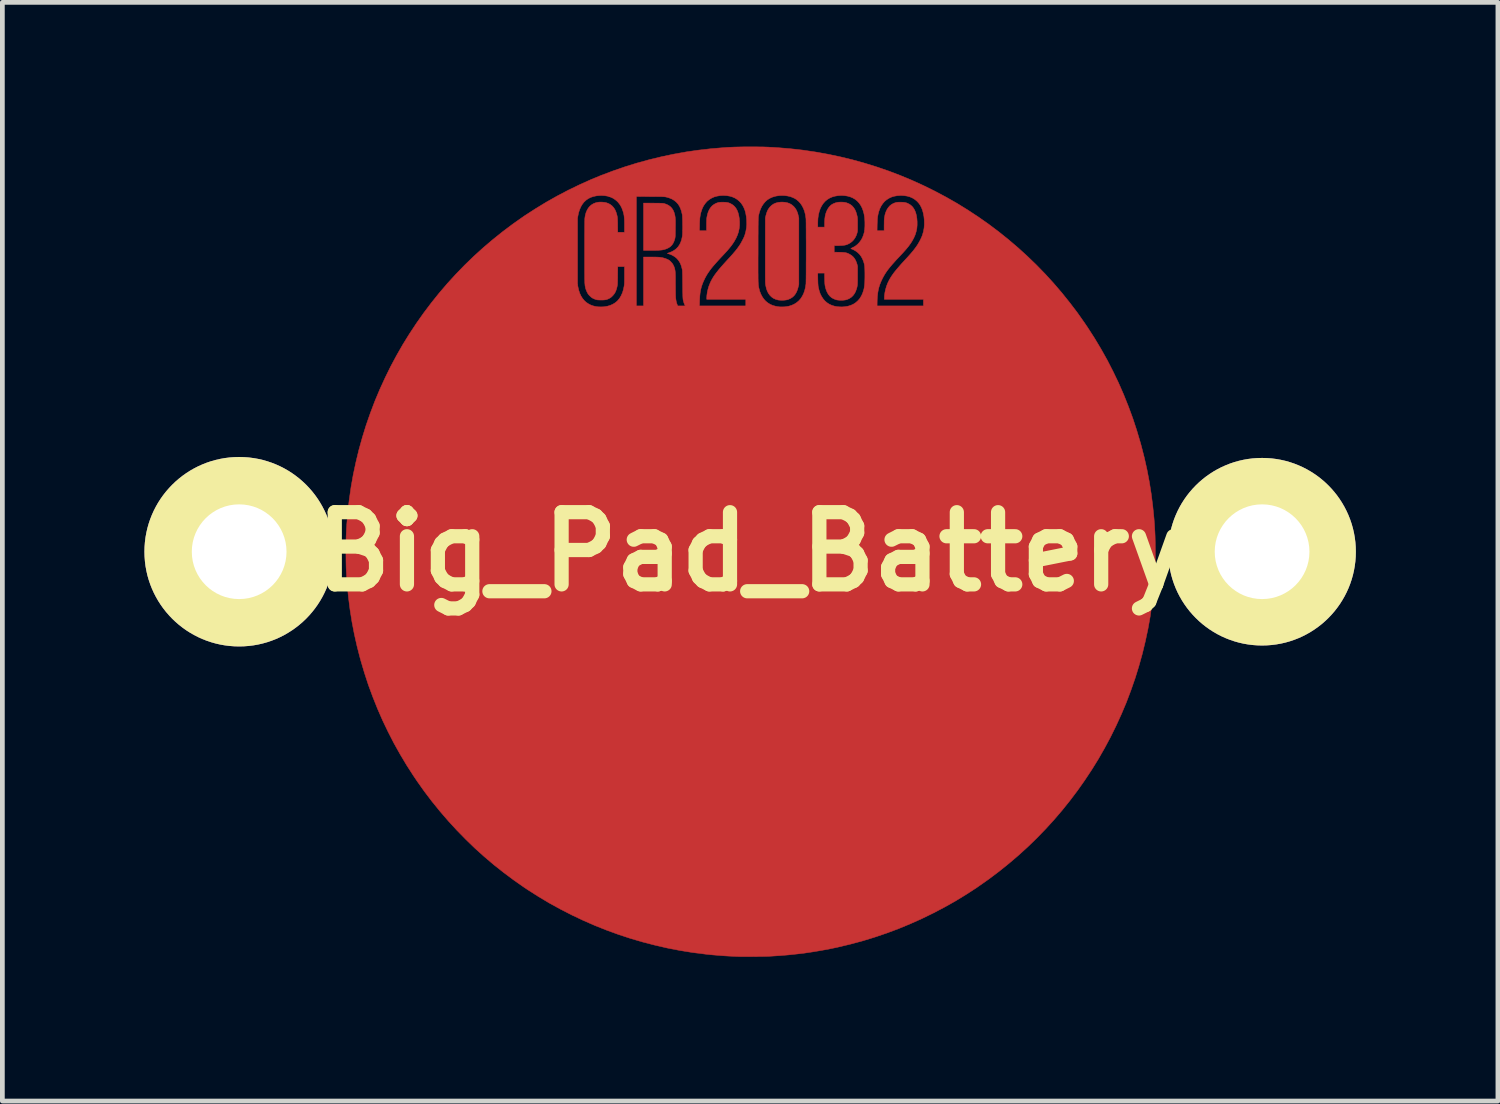
<source format=kicad_pcb>
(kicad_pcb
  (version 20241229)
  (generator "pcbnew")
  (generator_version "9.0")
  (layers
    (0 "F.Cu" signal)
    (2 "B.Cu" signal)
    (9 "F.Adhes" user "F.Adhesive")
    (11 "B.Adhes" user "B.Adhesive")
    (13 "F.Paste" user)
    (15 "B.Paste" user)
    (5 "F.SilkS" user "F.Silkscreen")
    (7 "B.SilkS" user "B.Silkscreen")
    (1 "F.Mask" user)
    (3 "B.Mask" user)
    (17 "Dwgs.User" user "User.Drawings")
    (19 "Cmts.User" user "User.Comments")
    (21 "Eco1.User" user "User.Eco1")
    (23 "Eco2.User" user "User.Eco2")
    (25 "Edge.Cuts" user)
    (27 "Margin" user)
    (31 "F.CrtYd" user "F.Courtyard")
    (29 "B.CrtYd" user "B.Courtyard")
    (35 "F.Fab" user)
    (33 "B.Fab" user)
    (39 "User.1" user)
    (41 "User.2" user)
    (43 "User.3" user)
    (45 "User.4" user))
  (footprint "Big_Pad_Battery"
    (layer "F.Cu")
    (at 12.8 8.6)
    (property "Reference" "Big_Pad_Battery" (at 0 0 0) (layer "F.SilkS") (effects (font (size 1.524 1.524) (thickness 0.3))))
    (attr through_hole)
    (fp_poly (pts (xy -2.056 -7.361) (xy -2.009 -7.36) (xy -1.97 -7.36) (xy -1.937 -7.36) (xy -1.91 -7.359) (xy -1.889 -7.359) (xy -1.872 -7.358) (xy -1.858 -7.357) (xy -1.847 -7.356) (xy -1.838 -7.355) (xy -1.83 -7.353) (xy -1.822 -7.351) (xy -1.818 -7.35) (xy -1.77 -7.333) (xy -1.728 -7.311) (xy -1.692 -7.284) (xy -1.661 -7.25) (xy -1.636 -7.211) (xy -1.616 -7.165) (xy -1.601 -7.112) (xy -1.594 -7.071) (xy -1.592 -7.058) (xy -1.591 -7.044) (xy -1.59 -7.029) (xy -1.589 -7.011) (xy -1.588 -6.989) (xy -1.588 -6.963) (xy -1.588 -6.932) (xy -1.588 -6.894) (xy -1.589 -6.85) (xy -1.589 -6.836) (xy -1.589 -6.791) (xy -1.59 -6.753) (xy -1.59 -6.722) (xy -1.591 -6.696) (xy -1.591 -6.676) (xy -1.592 -6.659) (xy -1.593 -6.646) (xy -1.595 -6.635) (xy -1.596 -6.625) (xy -1.598 -6.616) (xy -1.599 -6.612) (xy -1.615 -6.56) (xy -1.635 -6.516) (xy -1.661 -6.477) (xy -1.692 -6.445) (xy -1.73 -6.419) (xy -1.773 -6.398) (xy -1.821 -6.382) (xy -1.842 -6.377) (xy -1.862 -6.373) (xy -1.884 -6.37) (xy -1.909 -6.368) (xy -1.937 -6.366) (xy -1.969 -6.364) (xy -2.007 -6.363) (xy -2.051 -6.363) (xy -2.103 -6.363) (xy -2.261 -6.363) (xy -2.261 -7.362) (xy -2.056 -7.361)) (stroke (width 0.01) (type solid)) (fill yes) (layer "F.Cu"))
    (fp_poly (pts (xy 0.724 -7.379) (xy 0.776 -7.369) (xy 0.823 -7.352) (xy 0.866 -7.328) (xy 0.903 -7.297) (xy 0.906 -7.295) (xy 0.934 -7.263) (xy 0.958 -7.228) (xy 0.978 -7.188) (xy 0.995 -7.143) (xy 1.008 -7.091) (xy 1.008 -7.09) (xy 1.018 -7.046) (xy 1.018 -5.645) (xy 1.008 -5.602) (xy 0.992 -5.542) (xy 0.972 -5.49) (xy 0.947 -5.445) (xy 0.917 -5.406) (xy 0.882 -5.374) (xy 0.841 -5.348) (xy 0.796 -5.328) (xy 0.774 -5.321) (xy 0.749 -5.316) (xy 0.717 -5.312) (xy 0.682 -5.31) (xy 0.646 -5.31) (xy 0.612 -5.312) (xy 0.582 -5.315) (xy 0.574 -5.317) (xy 0.524 -5.332) (xy 0.479 -5.353) (xy 0.439 -5.382) (xy 0.405 -5.417) (xy 0.375 -5.458) (xy 0.351 -5.506) (xy 0.332 -5.56) (xy 0.319 -5.62) (xy 0.313 -5.658) (xy 0.313 -5.667) (xy 0.312 -5.683) (xy 0.311 -5.705) (xy 0.311 -5.734) (xy 0.311 -5.769) (xy 0.31 -5.812) (xy 0.31 -5.861) (xy 0.31 -5.918) (xy 0.31 -5.982) (xy 0.31 -6.053) (xy 0.31 -6.133) (xy 0.31 -6.221) (xy 0.31 -6.316) (xy 0.31 -6.375) (xy 0.311 -7.051) (xy 0.321 -7.093) (xy 0.335 -7.144) (xy 0.351 -7.188) (xy 0.37 -7.227) (xy 0.394 -7.262) (xy 0.414 -7.286) (xy 0.449 -7.318) (xy 0.488 -7.344) (xy 0.532 -7.363) (xy 0.582 -7.376) (xy 0.636 -7.382) (xy 0.667 -7.383) (xy 0.724 -7.379)) (stroke (width 0.01) (type solid)) (fill yes) (layer "F.Cu"))
    (fp_poly (pts (xy 0.068 -8.549) (xy 0.128 -8.549) (xy 0.183 -8.548) (xy 0.233 -8.548) (xy 0.28 -8.547) (xy 0.325 -8.545) (xy 0.369 -8.544) (xy 0.413 -8.541) (xy 0.46 -8.539) (xy 0.51 -8.536) (xy 0.564 -8.532) (xy 0.572 -8.532) (xy 0.837 -8.51) (xy 1.103 -8.48) (xy 1.367 -8.441) (xy 1.63 -8.394) (xy 1.891 -8.339) (xy 2.151 -8.276) (xy 2.409 -8.204) (xy 2.664 -8.125) (xy 2.917 -8.038) (xy 3.156 -7.947) (xy 3.404 -7.844) (xy 3.648 -7.733) (xy 3.888 -7.615) (xy 4.123 -7.49) (xy 4.355 -7.358) (xy 4.582 -7.218) (xy 4.804 -7.072) (xy 5.021 -6.92) (xy 5.234 -6.76) (xy 5.441 -6.594) (xy 5.643 -6.422) (xy 5.84 -6.243) (xy 6.031 -6.059) (xy 6.217 -5.868) (xy 6.396 -5.672) (xy 6.57 -5.469) (xy 6.737 -5.261) (xy 6.899 -5.048) (xy 7.053 -4.829) (xy 7.118 -4.733) (xy 7.264 -4.506) (xy 7.402 -4.275) (xy 7.533 -4.041) (xy 7.655 -3.803) (xy 7.771 -3.561) (xy 7.878 -3.316) (xy 7.978 -3.066) (xy 8.071 -2.814) (xy 8.155 -2.557) (xy 8.232 -2.297) (xy 8.248 -2.239) (xy 8.312 -1.99) (xy 8.369 -1.736) (xy 8.418 -1.48) (xy 8.459 -1.222) (xy 8.492 -0.963) (xy 8.518 -0.704) (xy 8.528 -0.572) (xy 8.531 -0.517) (xy 8.534 -0.466) (xy 8.537 -0.419) (xy 8.539 -0.375) (xy 8.541 -0.33) (xy 8.542 -0.286) (xy 8.543 -0.239) (xy 8.544 -0.19) (xy 8.544 -0.136) (xy 8.545 -0.076) (xy 8.545 -0.009) (xy 8.545 0) (xy 8.545 0.068) (xy 8.544 0.128) (xy 8.544 0.183) (xy 8.543 0.233) (xy 8.542 0.28) (xy 8.541 0.325) (xy 8.539 0.369) (xy 8.537 0.413) (xy 8.535 0.46) (xy 8.532 0.51) (xy 8.528 0.564) (xy 8.528 0.572) (xy 8.506 0.838) (xy 8.475 1.104) (xy 8.437 1.369) (xy 8.39 1.632) (xy 8.334 1.894) (xy 8.271 2.155) (xy 8.199 2.413) (xy 8.12 2.669) (xy 8.032 2.922) (xy 7.937 3.173) (xy 7.934 3.181) (xy 7.83 3.428) (xy 7.719 3.671) (xy 7.601 3.911) (xy 7.475 4.146) (xy 7.343 4.377) (xy 7.203 4.603) (xy 7.056 4.825) (xy 6.903 5.042) (xy 6.743 5.254) (xy 6.577 5.461) (xy 6.404 5.663) (xy 6.225 5.859) (xy 6.04 6.05) (xy 5.849 6.235) (xy 5.652 6.414) (xy 5.449 6.587) (xy 5.241 6.754) (xy 5.027 6.915) (xy 4.808 7.069) (xy 4.774 7.093) (xy 4.549 7.239) (xy 4.321 7.378) (xy 4.088 7.509) (xy 3.851 7.633) (xy 3.611 7.75) (xy 3.367 7.859) (xy 3.121 7.961) (xy 2.871 8.054) (xy 2.618 8.14) (xy 2.363 8.218) (xy 2.106 8.287) (xy 1.847 8.349) (xy 1.844 8.35) (xy 1.668 8.387) (xy 1.495 8.419) (xy 1.322 8.448) (xy 1.149 8.474) (xy 0.974 8.495) (xy 0.796 8.514) (xy 0.612 8.529) (xy 0.423 8.541) (xy 0.385 8.543) (xy 0.366 8.544) (xy 0.34 8.545) (xy 0.307 8.545) (xy 0.269 8.546) (xy 0.227 8.547) (xy 0.181 8.547) (xy 0.134 8.548) (xy 0.085 8.548) (xy 0.036 8.549) (xy -0.012 8.549) (xy -0.058 8.55) (xy -0.102 8.55) (xy -0.141 8.55) (xy -0.175 8.55) (xy -0.203 8.549) (xy -0.224 8.549) (xy -0.229 8.549) (xy -0.355 8.544) (xy -0.474 8.538) (xy -0.588 8.531) (xy -0.698 8.522) (xy -0.807 8.513) (xy -0.916 8.502) (xy -0.967 8.496) (xy -1.233 8.462) (xy -1.498 8.419) (xy -1.761 8.368) (xy -2.021 8.308) (xy -2.28 8.241) (xy -2.536 8.166) (xy -2.789 8.083) (xy -3.04 7.992) (xy -3.288 7.893) (xy -3.533 7.786) (xy -3.774 7.672) (xy -4.012 7.55) (xy -4.247 7.421) (xy -4.477 7.284) (xy -4.703 7.14) (xy -4.774 7.093) (xy -4.994 6.939) (xy -5.209 6.779) (xy -5.419 6.613) (xy -5.623 6.44) (xy -5.822 6.261) (xy -6.014 6.075) (xy -6.201 5.884) (xy -6.382 5.687) (xy -6.557 5.484) (xy -6.726 5.276) (xy -6.888 5.063) (xy -7.043 4.844) (xy -7.118 4.733) (xy -7.264 4.506) (xy -7.402 4.275) (xy -7.533 4.041) (xy -7.655 3.803) (xy -7.771 3.561) (xy -7.878 3.316) (xy -7.978 3.066) (xy -8.071 2.814) (xy -8.155 2.557) (xy -8.232 2.297) (xy -8.248 2.239) (xy -8.312 1.99) (xy -8.369 1.736) (xy -8.418 1.48) (xy -8.459 1.222) (xy -8.492 0.963) (xy -8.518 0.704) (xy -8.528 0.572) (xy -8.531 0.517) (xy -8.534 0.466) (xy -8.537 0.419) (xy -8.539 0.375) (xy -8.541 0.33) (xy -8.542 0.286) (xy -8.543 0.239) (xy -8.544 0.19) (xy -8.544 0.136) (xy -8.545 0.076) (xy -8.545 0.009) (xy -8.545 0) (xy -8.545 -0.068) (xy -8.544 -0.128) (xy -8.544 -0.183) (xy -8.543 -0.233) (xy -8.542 -0.28) (xy -8.541 -0.325) (xy -8.539 -0.369) (xy -8.537 -0.413) (xy -8.535 -0.46) (xy -8.532 -0.51) (xy -8.528 -0.564) (xy -8.528 -0.572) (xy -8.506 -0.838) (xy -8.475 -1.104) (xy -8.437 -1.369) (xy -8.39 -1.632) (xy -8.334 -1.894) (xy -8.271 -2.155) (xy -8.199 -2.413) (xy -8.12 -2.669) (xy -8.032 -2.922) (xy -7.937 -3.173) (xy -7.934 -3.181) (xy -7.83 -3.428) (xy -7.719 -3.671) (xy -7.601 -3.911) (xy -7.475 -4.146) (xy -7.343 -4.377) (xy -7.203 -4.603) (xy -7.056 -4.825) (xy -6.903 -5.042) (xy -6.743 -5.254) (xy -6.577 -5.461) (xy -6.404 -5.663) (xy -6.225 -5.859) (xy -6.04 -6.05) (xy -5.849 -6.235) (xy -5.652 -6.414) (xy -5.449 -6.587) (xy -5.241 -6.754) (xy -5.027 -6.915) (xy -4.847 -7.042) (xy -3.655 -7.042) (xy -3.655 -5.649) (xy -3.646 -5.594) (xy -3.63 -5.523) (xy -3.609 -5.459) (xy -3.582 -5.401) (xy -3.55 -5.349) (xy -3.513 -5.304) (xy -3.471 -5.265) (xy -3.422 -5.233) (xy -3.388 -5.215) (xy -3.357 -5.202) (xy -3.321 -5.19) (xy -3.283 -5.181) (xy -3.247 -5.174) (xy -3.243 -5.174) (xy -3.214 -5.171) (xy -3.181 -5.17) (xy -3.146 -5.17) (xy -3.112 -5.171) (xy -3.084 -5.174) (xy -3.022 -5.185) (xy -3.004 -5.19) (xy -2.413 -5.19) (xy -2.261 -5.19) (xy -2.261 -6.223) (xy -2.113 -6.223) (xy -2.076 -6.223) (xy -2.04 -6.222) (xy -2.006 -6.222) (xy -1.975 -6.221) (xy -1.949 -6.22) (xy -1.93 -6.219) (xy -1.921 -6.218) (xy -1.86 -6.209) (xy -1.804 -6.193) (xy -1.757 -6.174) (xy -1.737 -6.164) (xy -1.72 -6.154) (xy -1.705 -6.142) (xy -1.688 -6.126) (xy -1.683 -6.12) (xy -1.654 -6.088) (xy -1.633 -6.054) (xy -1.616 -6.017) (xy -1.609 -5.997) (xy -1.604 -5.982) (xy -1.601 -5.967) (xy -1.598 -5.952) (xy -1.595 -5.936) (xy -1.593 -5.919) (xy -1.591 -5.898) (xy -1.59 -5.874) (xy -1.589 -5.845) (xy -1.588 -5.812) (xy -1.588 -5.772) (xy -1.588 -5.726) (xy -1.588 -5.672) (xy -1.588 -5.656) (xy -1.587 -5.61) (xy -1.587 -5.565) (xy -1.587 -5.522) (xy -1.586 -5.482) (xy -1.586 -5.446) (xy -1.585 -5.415) (xy -1.584 -5.39) (xy -1.583 -5.372) (xy -1.583 -5.368) (xy -1.578 -5.326) (xy -1.571 -5.286) (xy -1.562 -5.251) (xy -1.552 -5.222) (xy -1.548 -5.212) (xy -1.537 -5.19) (xy -1.38 -5.19) (xy -1.081 -5.19) (xy -0.102 -5.19) (xy -0.102 -5.33) (xy -0.927 -5.33) (xy -0.927 -5.353) (xy -0.924 -5.412) (xy -0.915 -5.476) (xy -0.901 -5.54) (xy -0.882 -5.605) (xy -0.858 -5.666) (xy -0.848 -5.69) (xy -0.829 -5.728) (xy -0.808 -5.766) (xy -0.785 -5.804) (xy -0.758 -5.844) (xy -0.728 -5.885) (xy -0.694 -5.928) (xy -0.656 -5.975) (xy -0.638 -5.996) (xy 0.157 -5.996) (xy 0.157 -5.94) (xy 0.157 -5.89) (xy 0.158 -5.846) (xy 0.158 -5.806) (xy 0.158 -5.772) (xy 0.159 -5.741) (xy 0.159 -5.715) (xy 0.16 -5.692) (xy 0.161 -5.672) (xy 0.162 -5.654) (xy 0.163 -5.639) (xy 0.165 -5.625) (xy 0.166 -5.613) (xy 0.168 -5.601) (xy 0.17 -5.59) (xy 0.172 -5.579) (xy 0.174 -5.571) (xy 0.191 -5.504) (xy 0.215 -5.442) (xy 0.244 -5.386) (xy 0.278 -5.336) (xy 0.318 -5.292) (xy 0.363 -5.255) (xy 0.413 -5.224) (xy 0.468 -5.2) (xy 0.527 -5.184) (xy 0.559 -5.178) (xy 0.576 -5.175) (xy 0.591 -5.173) (xy 0.601 -5.172) (xy 0.601 -5.172) (xy 0.616 -5.17) (xy 0.637 -5.17) (xy 0.662 -5.17) (xy 0.688 -5.17) (xy 0.713 -5.171) (xy 0.735 -5.173) (xy 0.743 -5.174) (xy 0.808 -5.185) (xy 0.868 -5.204) (xy 0.923 -5.229) (xy 0.973 -5.261) (xy 1.018 -5.299) (xy 1.057 -5.343) (xy 1.09 -5.394) (xy 1.119 -5.451) (xy 1.141 -5.514) (xy 1.158 -5.583) (xy 1.168 -5.652) (xy 1.169 -5.662) (xy 1.169 -5.68) (xy 1.17 -5.705) (xy 1.17 -5.737) (xy 1.171 -5.775) (xy 1.171 -5.819) (xy 1.172 -5.867) (xy 1.172 -5.884) (xy 1.417 -5.884) (xy 1.419 -5.758) (xy 1.42 -5.719) (xy 1.421 -5.686) (xy 1.422 -5.66) (xy 1.424 -5.638) (xy 1.425 -5.619) (xy 1.427 -5.602) (xy 1.43 -5.586) (xy 1.43 -5.585) (xy 1.447 -5.515) (xy 1.468 -5.451) (xy 1.496 -5.394) (xy 1.529 -5.343) (xy 1.567 -5.298) (xy 1.61 -5.26) (xy 1.659 -5.228) (xy 1.713 -5.203) (xy 1.768 -5.186) (xy 1.818 -5.176) (xy 1.872 -5.171) (xy 1.928 -5.169) (xy 1.983 -5.173) (xy 1.992 -5.174) (xy 2.057 -5.185) (xy 2.073 -5.19) (xy 2.67 -5.19) (xy 3.649 -5.19) (xy 3.649 -5.33) (xy 2.824 -5.33) (xy 2.824 -5.353) (xy 2.827 -5.412) (xy 2.836 -5.476) (xy 2.85 -5.54) (xy 2.869 -5.605) (xy 2.892 -5.666) (xy 2.903 -5.69) (xy 2.922 -5.728) (xy 2.943 -5.766) (xy 2.966 -5.804) (xy 2.993 -5.844) (xy 3.022 -5.885) (xy 3.056 -5.928) (xy 3.095 -5.975) (xy 3.138 -6.025) (xy 3.186 -6.08) (xy 3.234 -6.132) (xy 3.278 -6.18) (xy 3.317 -6.222) (xy 3.351 -6.26) (xy 3.381 -6.294) (xy 3.407 -6.325) (xy 3.431 -6.353) (xy 3.452 -6.38) (xy 3.471 -6.405) (xy 3.49 -6.431) (xy 3.508 -6.456) (xy 3.517 -6.469) (xy 3.539 -6.505) (xy 3.562 -6.545) (xy 3.584 -6.586) (xy 3.603 -6.626) (xy 3.619 -6.663) (xy 3.627 -6.685) (xy 3.649 -6.76) (xy 3.663 -6.838) (xy 3.669 -6.919) (xy 3.667 -7.002) (xy 3.667 -7.006) (xy 3.659 -7.081) (xy 3.646 -7.149) (xy 3.629 -7.211) (xy 3.608 -7.266) (xy 3.581 -7.317) (xy 3.549 -7.362) (xy 3.514 -7.4) (xy 3.47 -7.437) (xy 3.42 -7.468) (xy 3.366 -7.492) (xy 3.307 -7.509) (xy 3.242 -7.519) (xy 3.173 -7.523) (xy 3.173 -7.523) (xy 3.104 -7.519) (xy 3.039 -7.508) (xy 2.979 -7.491) (xy 2.925 -7.466) (xy 2.875 -7.435) (xy 2.83 -7.398) (xy 2.791 -7.353) (xy 2.757 -7.303) (xy 2.729 -7.246) (xy 2.706 -7.182) (xy 2.699 -7.155) (xy 2.692 -7.126) (xy 2.687 -7.099) (xy 2.682 -7.072) (xy 2.679 -7.044) (xy 2.676 -7.012) (xy 2.675 -6.976) (xy 2.673 -6.933) (xy 2.672 -6.901) (xy 2.67 -6.778) (xy 2.819 -6.778) (xy 2.819 -6.894) (xy 2.82 -6.939) (xy 2.82 -6.976) (xy 2.821 -7.006) (xy 2.823 -7.031) (xy 2.825 -7.052) (xy 2.826 -7.056) (xy 2.838 -7.119) (xy 2.856 -7.175) (xy 2.879 -7.225) (xy 2.907 -7.268) (xy 2.94 -7.305) (xy 2.978 -7.334) (xy 3.022 -7.358) (xy 3.066 -7.373) (xy 3.079 -7.376) (xy 3.096 -7.378) (xy 3.116 -7.38) (xy 3.142 -7.381) (xy 3.162 -7.381) (xy 3.201 -7.38) (xy 3.233 -7.378) (xy 3.26 -7.374) (xy 3.285 -7.368) (xy 3.31 -7.359) (xy 3.336 -7.346) (xy 3.376 -7.322) (xy 3.411 -7.291) (xy 3.441 -7.253) (xy 3.466 -7.209) (xy 3.486 -7.158) (xy 3.501 -7.1) (xy 3.511 -7.035) (xy 3.516 -6.971) (xy 3.516 -6.897) (xy 3.51 -6.826) (xy 3.495 -6.757) (xy 3.474 -6.69) (xy 3.445 -6.624) (xy 3.408 -6.557) (xy 3.388 -6.526) (xy 3.37 -6.499) (xy 3.352 -6.474) (xy 3.332 -6.447) (xy 3.31 -6.42) (xy 3.286 -6.391) (xy 3.258 -6.359) (xy 3.227 -6.324) (xy 3.191 -6.285) (xy 3.15 -6.241) (xy 3.131 -6.221) (xy 3.077 -6.164) (xy 3.03 -6.111) (xy 2.987 -6.063) (xy 2.95 -6.019) (xy 2.916 -5.977) (xy 2.886 -5.938) (xy 2.859 -5.899) (xy 2.835 -5.862) (xy 2.813 -5.824) (xy 2.792 -5.786) (xy 2.78 -5.762) (xy 2.752 -5.702) (xy 2.729 -5.644) (xy 2.71 -5.586) (xy 2.696 -5.527) (xy 2.685 -5.465) (xy 2.678 -5.399) (xy 2.673 -5.327) (xy 2.672 -5.295) (xy 2.67 -5.19) (xy 2.073 -5.19) (xy 2.116 -5.203) (xy 2.171 -5.228) (xy 2.22 -5.26) (xy 2.263 -5.298) (xy 2.302 -5.342) (xy 2.334 -5.393) (xy 2.362 -5.45) (xy 2.383 -5.513) (xy 2.39 -5.537) (xy 2.396 -5.563) (xy 2.4 -5.589) (xy 2.404 -5.615) (xy 2.407 -5.644) (xy 2.41 -5.675) (xy 2.411 -5.71) (xy 2.412 -5.751) (xy 2.413 -5.799) (xy 2.413 -5.839) (xy 2.413 -5.889) (xy 2.412 -5.931) (xy 2.411 -5.967) (xy 2.41 -5.998) (xy 2.408 -6.024) (xy 2.405 -6.048) (xy 2.401 -6.069) (xy 2.396 -6.09) (xy 2.39 -6.11) (xy 2.387 -6.121) (xy 2.364 -6.18) (xy 2.336 -6.232) (xy 2.302 -6.278) (xy 2.261 -6.318) (xy 2.215 -6.352) (xy 2.163 -6.381) (xy 2.119 -6.398) (xy 2.117 -6.4) (xy 2.119 -6.404) (xy 2.128 -6.409) (xy 2.143 -6.417) (xy 2.149 -6.42) (xy 2.169 -6.43) (xy 2.19 -6.441) (xy 2.208 -6.452) (xy 2.213 -6.455) (xy 2.258 -6.491) (xy 2.298 -6.533) (xy 2.333 -6.58) (xy 2.362 -6.633) (xy 2.384 -6.691) (xy 2.401 -6.751) (xy 2.406 -6.782) (xy 2.409 -6.809) (xy 2.411 -6.842) (xy 2.413 -6.879) (xy 2.413 -6.918) (xy 2.413 -6.959) (xy 2.411 -6.997) (xy 2.409 -7.032) (xy 2.407 -7.057) (xy 2.395 -7.131) (xy 2.377 -7.198) (xy 2.354 -7.26) (xy 2.325 -7.315) (xy 2.29 -7.364) (xy 2.25 -7.407) (xy 2.205 -7.443) (xy 2.155 -7.472) (xy 2.099 -7.495) (xy 2.039 -7.511) (xy 1.974 -7.52) (xy 1.916 -7.523) (xy 1.846 -7.519) (xy 1.781 -7.508) (xy 1.722 -7.491) (xy 1.667 -7.467) (xy 1.617 -7.436) (xy 1.573 -7.399) (xy 1.534 -7.355) (xy 1.501 -7.305) (xy 1.472 -7.249) (xy 1.45 -7.186) (xy 1.433 -7.118) (xy 1.423 -7.048) (xy 1.421 -7.029) (xy 1.42 -7.005) (xy 1.419 -6.977) (xy 1.418 -6.948) (xy 1.418 -6.93) (xy 1.418 -6.854) (xy 1.562 -6.854) (xy 1.562 -6.924) (xy 1.563 -6.984) (xy 1.567 -7.038) (xy 1.574 -7.086) (xy 1.584 -7.13) (xy 1.597 -7.17) (xy 1.614 -7.209) (xy 1.615 -7.211) (xy 1.64 -7.255) (xy 1.669 -7.292) (xy 1.703 -7.323) (xy 1.743 -7.347) (xy 1.787 -7.365) (xy 1.833 -7.377) (xy 1.862 -7.381) (xy 1.895 -7.382) (xy 1.93 -7.382) (xy 1.966 -7.38) (xy 1.998 -7.375) (xy 2.019 -7.37) (xy 2.066 -7.353) (xy 2.107 -7.331) (xy 2.143 -7.303) (xy 2.174 -7.268) (xy 2.201 -7.227) (xy 2.223 -7.179) (xy 2.24 -7.124) (xy 2.251 -7.08) (xy 2.253 -7.068) (xy 2.255 -7.055) (xy 2.256 -7.04) (xy 2.257 -7.022) (xy 2.258 -7.001) (xy 2.258 -6.973) (xy 2.258 -6.94) (xy 2.258 -6.907) (xy 2.258 -6.869) (xy 2.258 -6.838) (xy 2.258 -6.814) (xy 2.258 -6.795) (xy 2.257 -6.78) (xy 2.256 -6.767) (xy 2.254 -6.756) (xy 2.252 -6.746) (xy 2.249 -6.735) (xy 2.249 -6.733) (xy 2.231 -6.679) (xy 2.206 -6.63) (xy 2.176 -6.586) (xy 2.14 -6.549) (xy 2.099 -6.518) (xy 2.052 -6.493) (xy 2.044 -6.49) (xy 2.02 -6.481) (xy 1.995 -6.475) (xy 1.968 -6.47) (xy 1.938 -6.467) (xy 1.902 -6.465) (xy 1.859 -6.464) (xy 1.852 -6.464) (xy 1.765 -6.464) (xy 1.765 -6.325) (xy 1.872 -6.324) (xy 1.912 -6.323) (xy 1.946 -6.321) (xy 1.973 -6.319) (xy 1.997 -6.316) (xy 2.017 -6.312) (xy 2.037 -6.306) (xy 2.056 -6.298) (xy 2.077 -6.289) (xy 2.085 -6.284) (xy 2.127 -6.26) (xy 2.162 -6.23) (xy 2.192 -6.194) (xy 2.217 -6.152) (xy 2.237 -6.104) (xy 2.247 -6.072) (xy 2.258 -6.03) (xy 2.258 -5.84) (xy 2.258 -5.791) (xy 2.258 -5.75) (xy 2.258 -5.715) (xy 2.257 -5.686) (xy 2.256 -5.661) (xy 2.255 -5.64) (xy 2.253 -5.622) (xy 2.25 -5.605) (xy 2.247 -5.589) (xy 2.243 -5.573) (xy 2.238 -5.555) (xy 2.235 -5.545) (xy 2.216 -5.493) (xy 2.191 -5.447) (xy 2.161 -5.407) (xy 2.126 -5.374) (xy 2.085 -5.347) (xy 2.04 -5.327) (xy 1.999 -5.316) (xy 1.968 -5.312) (xy 1.932 -5.309) (xy 1.895 -5.309) (xy 1.858 -5.312) (xy 1.825 -5.316) (xy 1.804 -5.321) (xy 1.757 -5.339) (xy 1.714 -5.362) (xy 1.677 -5.393) (xy 1.646 -5.429) (xy 1.619 -5.473) (xy 1.597 -5.523) (xy 1.58 -5.58) (xy 1.572 -5.616) (xy 1.57 -5.634) (xy 1.567 -5.656) (xy 1.566 -5.685) (xy 1.564 -5.721) (xy 1.563 -5.764) (xy 1.563 -5.769) (xy 1.561 -5.884) (xy 1.417 -5.884) (xy 1.172 -5.884) (xy 1.172 -5.92) (xy 1.172 -5.977) (xy 1.172 -6.038) (xy 1.172 -6.1) (xy 1.173 -6.165) (xy 1.173 -6.232) (xy 1.173 -6.299) (xy 1.173 -6.367) (xy 1.173 -6.435) (xy 1.173 -6.502) (xy 1.173 -6.568) (xy 1.172 -6.631) (xy 1.172 -6.693) (xy 1.172 -6.751) (xy 1.172 -6.805) (xy 1.171 -6.856) (xy 1.171 -6.901) (xy 1.171 -6.941) (xy 1.17 -6.975) (xy 1.17 -7.003) (xy 1.169 -7.024) (xy 1.168 -7.036) (xy 1.168 -7.039) (xy 1.157 -7.114) (xy 1.14 -7.184) (xy 1.117 -7.246) (xy 1.088 -7.303) (xy 1.054 -7.354) (xy 1.014 -7.398) (xy 0.969 -7.436) (xy 0.936 -7.457) (xy 0.889 -7.48) (xy 0.837 -7.499) (xy 0.78 -7.512) (xy 0.721 -7.52) (xy 0.66 -7.522) (xy 0.598 -7.519) (xy 0.538 -7.51) (xy 0.517 -7.505) (xy 0.458 -7.487) (xy 0.403 -7.462) (xy 0.354 -7.431) (xy 0.31 -7.392) (xy 0.272 -7.347) (xy 0.238 -7.296) (xy 0.21 -7.238) (xy 0.187 -7.174) (xy 0.169 -7.103) (xy 0.168 -7.098) (xy 0.167 -7.092) (xy 0.166 -7.085) (xy 0.165 -7.079) (xy 0.164 -7.072) (xy 0.163 -7.063) (xy 0.163 -7.054) (xy 0.162 -7.042) (xy 0.162 -7.028) (xy 0.161 -7.011) (xy 0.161 -6.991) (xy 0.16 -6.967) (xy 0.16 -6.939) (xy 0.16 -6.907) (xy 0.159 -6.87) (xy 0.159 -6.827) (xy 0.159 -6.779) (xy 0.159 -6.725) (xy 0.158 -6.664) (xy 0.158 -6.597) (xy 0.158 -6.522) (xy 0.158 -6.439) (xy 0.158 -6.38) (xy 0.158 -6.288) (xy 0.157 -6.204) (xy 0.157 -6.127) (xy 0.157 -6.058) (xy 0.157 -5.996) (xy -0.638 -5.996) (xy -0.613 -6.025) (xy -0.564 -6.08) (xy -0.517 -6.132) (xy -0.473 -6.18) (xy -0.434 -6.222) (xy -0.4 -6.26) (xy -0.37 -6.294) (xy -0.344 -6.325) (xy -0.32 -6.353) (xy -0.299 -6.38) (xy -0.279 -6.405) (xy -0.261 -6.431) (xy -0.243 -6.456) (xy -0.234 -6.469) (xy -0.211 -6.505) (xy -0.189 -6.545) (xy -0.167 -6.586) (xy -0.147 -6.626) (xy -0.131 -6.663) (xy -0.123 -6.685) (xy -0.102 -6.76) (xy -0.088 -6.838) (xy -0.082 -6.919) (xy -0.084 -7.002) (xy -0.084 -7.006) (xy -0.092 -7.081) (xy -0.104 -7.149) (xy -0.121 -7.211) (xy -0.143 -7.266) (xy -0.17 -7.317) (xy -0.202 -7.362) (xy -0.237 -7.4) (xy -0.281 -7.437) (xy -0.33 -7.468) (xy -0.385 -7.492) (xy -0.444 -7.509) (xy -0.508 -7.519) (xy -0.577 -7.523) (xy -0.578 -7.523) (xy -0.647 -7.519) (xy -0.712 -7.508) (xy -0.771 -7.491) (xy -0.826 -7.466) (xy -0.876 -7.435) (xy -0.921 -7.398) (xy -0.96 -7.353) (xy -0.994 -7.303) (xy -1.022 -7.246) (xy -1.044 -7.182) (xy -1.052 -7.155) (xy -1.059 -7.126) (xy -1.064 -7.099) (xy -1.068 -7.072) (xy -1.072 -7.044) (xy -1.074 -7.012) (xy -1.076 -6.976) (xy -1.078 -6.933) (xy -1.078 -6.901) (xy -1.081 -6.778) (xy -0.931 -6.778) (xy -0.931 -6.894) (xy -0.931 -6.939) (xy -0.93 -6.976) (xy -0.929 -7.006) (xy -0.928 -7.031) (xy -0.925 -7.052) (xy -0.925 -7.056) (xy -0.912 -7.119) (xy -0.895 -7.175) (xy -0.872 -7.225) (xy -0.844 -7.268) (xy -0.811 -7.305) (xy -0.772 -7.334) (xy -0.729 -7.358) (xy -0.685 -7.373) (xy -0.671 -7.376) (xy -0.655 -7.378) (xy -0.635 -7.38) (xy -0.609 -7.381) (xy -0.588 -7.381) (xy -0.55 -7.38) (xy -0.518 -7.378) (xy -0.491 -7.374) (xy -0.466 -7.368) (xy -0.441 -7.359) (xy -0.415 -7.346) (xy -0.375 -7.322) (xy -0.34 -7.291) (xy -0.31 -7.253) (xy -0.285 -7.209) (xy -0.265 -7.158) (xy -0.25 -7.1) (xy -0.239 -7.035) (xy -0.234 -6.971) (xy -0.234 -6.897) (xy -0.241 -6.826) (xy -0.255 -6.757) (xy -0.277 -6.69) (xy -0.306 -6.624) (xy -0.343 -6.557) (xy -0.363 -6.526) (xy -0.381 -6.499) (xy -0.399 -6.474) (xy -0.419 -6.447) (xy -0.441 -6.42) (xy -0.465 -6.391) (xy -0.492 -6.359) (xy -0.524 -6.324) (xy -0.56 -6.285) (xy -0.601 -6.241) (xy -0.62 -6.221) (xy -0.673 -6.164) (xy -0.721 -6.111) (xy -0.763 -6.063) (xy -0.801 -6.019) (xy -0.835 -5.977) (xy -0.864 -5.938) (xy -0.891 -5.899) (xy -0.916 -5.862) (xy -0.938 -5.824) (xy -0.959 -5.786) (xy -0.971 -5.762) (xy -0.999 -5.702) (xy -1.022 -5.644) (xy -1.041 -5.586) (xy -1.055 -5.527) (xy -1.066 -5.465) (xy -1.073 -5.399) (xy -1.077 -5.327) (xy -1.078 -5.295) (xy -1.081 -5.19) (xy -1.38 -5.19) (xy -1.39 -5.211) (xy -1.407 -5.251) (xy -1.421 -5.299) (xy -1.425 -5.32) (xy -1.427 -5.328) (xy -1.428 -5.339) (xy -1.429 -5.351) (xy -1.43 -5.366) (xy -1.431 -5.384) (xy -1.432 -5.407) (xy -1.432 -5.434) (xy -1.433 -5.467) (xy -1.434 -5.506) (xy -1.434 -5.551) (xy -1.435 -5.604) (xy -1.435 -5.645) (xy -1.436 -5.702) (xy -1.436 -5.751) (xy -1.437 -5.793) (xy -1.437 -5.828) (xy -1.438 -5.858) (xy -1.439 -5.883) (xy -1.439 -5.903) (xy -1.44 -5.919) (xy -1.441 -5.933) (xy -1.442 -5.944) (xy -1.443 -5.954) (xy -1.445 -5.962) (xy -1.446 -5.97) (xy -1.447 -5.972) (xy -1.461 -6.027) (xy -1.478 -6.074) (xy -1.499 -6.116) (xy -1.524 -6.153) (xy -1.553 -6.187) (xy -1.556 -6.191) (xy -1.592 -6.222) (xy -1.634 -6.249) (xy -1.678 -6.272) (xy -1.723 -6.288) (xy -1.725 -6.289) (xy -1.74 -6.293) (xy -1.751 -6.296) (xy -1.757 -6.298) (xy -1.756 -6.3) (xy -1.748 -6.304) (xy -1.735 -6.309) (xy -1.72 -6.314) (xy -1.664 -6.336) (xy -1.614 -6.364) (xy -1.571 -6.397) (xy -1.534 -6.435) (xy -1.503 -6.479) (xy -1.478 -6.529) (xy -1.458 -6.586) (xy -1.445 -6.648) (xy -1.441 -6.673) (xy -1.439 -6.693) (xy -1.438 -6.719) (xy -1.437 -6.751) (xy -1.436 -6.787) (xy -1.435 -6.827) (xy -1.435 -6.868) (xy -1.436 -6.911) (xy -1.436 -6.952) (xy -1.437 -6.992) (xy -1.438 -7.03) (xy -1.44 -7.063) (xy -1.441 -7.091) (xy -1.443 -7.113) (xy -1.445 -7.123) (xy -1.46 -7.188) (xy -1.48 -7.247) (xy -1.505 -7.3) (xy -1.536 -7.346) (xy -1.572 -7.385) (xy -1.614 -7.419) (xy -1.663 -7.448) (xy -1.717 -7.47) (xy -1.778 -7.488) (xy -1.796 -7.492) (xy -1.804 -7.493) (xy -1.814 -7.494) (xy -1.825 -7.495) (xy -1.839 -7.496) (xy -1.857 -7.497) (xy -1.879 -7.498) (xy -1.905 -7.498) (xy -1.936 -7.499) (xy -1.974 -7.499) (xy -2.018 -7.5) (xy -2.069 -7.5) (xy -2.122 -7.5) (xy -2.413 -7.502) (xy -2.413 -5.19) (xy -3.004 -5.19) (xy -2.964 -5.202) (xy -2.91 -5.226) (xy -2.862 -5.255) (xy -2.819 -5.29) (xy -2.803 -5.307) (xy -2.765 -5.354) (xy -2.734 -5.407) (xy -2.707 -5.467) (xy -2.687 -5.532) (xy -2.672 -5.604) (xy -2.667 -5.639) (xy -2.666 -5.651) (xy -2.665 -5.67) (xy -2.664 -5.696) (xy -2.664 -5.727) (xy -2.663 -5.761) (xy -2.663 -5.799) (xy -2.663 -5.838) (xy -2.663 -5.847) (xy -2.663 -6.02) (xy -2.806 -6.02) (xy -2.808 -5.83) (xy -2.808 -5.785) (xy -2.809 -5.747) (xy -2.809 -5.715) (xy -2.81 -5.69) (xy -2.811 -5.669) (xy -2.811 -5.652) (xy -2.813 -5.638) (xy -2.814 -5.627) (xy -2.816 -5.616) (xy -2.818 -5.606) (xy -2.819 -5.599) (xy -2.831 -5.552) (xy -2.844 -5.512) (xy -2.86 -5.477) (xy -2.879 -5.446) (xy -2.901 -5.418) (xy -2.917 -5.401) (xy -2.935 -5.383) (xy -2.951 -5.37) (xy -2.967 -5.359) (xy -2.985 -5.349) (xy -2.989 -5.347) (xy -3.012 -5.336) (xy -3.033 -5.328) (xy -3.053 -5.322) (xy -3.074 -5.319) (xy -3.098 -5.316) (xy -3.126 -5.315) (xy -3.156 -5.315) (xy -3.185 -5.315) (xy -3.207 -5.316) (xy -3.224 -5.317) (xy -3.238 -5.318) (xy -3.25 -5.321) (xy -3.263 -5.324) (xy -3.266 -5.325) (xy -3.303 -5.338) (xy -3.336 -5.354) (xy -3.366 -5.374) (xy -3.395 -5.402) (xy -3.396 -5.402) (xy -3.413 -5.42) (xy -3.426 -5.435) (xy -3.436 -5.45) (xy -3.446 -5.467) (xy -3.454 -5.483) (xy -3.464 -5.505) (xy -3.473 -5.528) (xy -3.481 -5.549) (xy -3.484 -5.56) (xy -3.487 -5.571) (xy -3.489 -5.581) (xy -3.491 -5.59) (xy -3.493 -5.6) (xy -3.495 -5.611) (xy -3.497 -5.622) (xy -3.498 -5.635) (xy -3.499 -5.651) (xy -3.501 -5.668) (xy -3.502 -5.688) (xy -3.502 -5.712) (xy -3.503 -5.739) (xy -3.504 -5.77) (xy -3.504 -5.806) (xy -3.504 -5.847) (xy -3.505 -5.893) (xy -3.505 -5.945) (xy -3.505 -6.002) (xy -3.505 -6.067) (xy -3.505 -6.139) (xy -3.505 -6.218) (xy -3.505 -6.304) (xy -3.505 -6.344) (xy -3.505 -6.44) (xy -3.505 -6.531) (xy -3.505 -6.614) (xy -3.505 -6.691) (xy -3.504 -6.76) (xy -3.504 -6.823) (xy -3.504 -6.878) (xy -3.503 -6.925) (xy -3.503 -6.965) (xy -3.502 -6.997) (xy -3.502 -7.021) (xy -3.501 -7.036) (xy -3.501 -7.042) (xy -3.491 -7.105) (xy -3.475 -7.162) (xy -3.453 -7.213) (xy -3.427 -7.257) (xy -3.395 -7.295) (xy -3.358 -7.326) (xy -3.316 -7.351) (xy -3.269 -7.369) (xy -3.225 -7.379) (xy -3.198 -7.382) (xy -3.167 -7.383) (xy -3.133 -7.382) (xy -3.101 -7.379) (xy -3.071 -7.375) (xy -3.049 -7.37) (xy -3.002 -7.353) (xy -2.96 -7.33) (xy -2.924 -7.301) (xy -2.892 -7.266) (xy -2.865 -7.224) (xy -2.843 -7.175) (xy -2.826 -7.12) (xy -2.819 -7.092) (xy -2.817 -7.081) (xy -2.815 -7.069) (xy -2.813 -7.056) (xy -2.812 -7.041) (xy -2.811 -7.024) (xy -2.81 -7.002) (xy -2.809 -6.975) (xy -2.808 -6.941) (xy -2.808 -6.901) (xy -2.808 -6.897) (xy -2.806 -6.744) (xy -2.663 -6.744) (xy -2.663 -6.88) (xy -2.663 -6.933) (xy -2.664 -6.978) (xy -2.665 -7.017) (xy -2.668 -7.051) (xy -2.671 -7.082) (xy -2.675 -7.111) (xy -2.681 -7.138) (xy -2.688 -7.166) (xy -2.697 -7.195) (xy -2.699 -7.201) (xy -2.718 -7.253) (xy -2.741 -7.299) (xy -2.768 -7.341) (xy -2.8 -7.38) (xy -2.817 -7.398) (xy -2.862 -7.436) (xy -2.911 -7.467) (xy -2.965 -7.491) (xy -3.024 -7.509) (xy -3.087 -7.519) (xy -3.155 -7.522) (xy -3.186 -7.521) (xy -3.254 -7.515) (xy -3.317 -7.502) (xy -3.374 -7.483) (xy -3.427 -7.457) (xy -3.473 -7.425) (xy -3.515 -7.386) (xy -3.552 -7.34) (xy -3.583 -7.288) (xy -3.609 -7.229) (xy -3.631 -7.163) (xy -3.646 -7.093) (xy -3.655 -7.042) (xy -4.847 -7.042) (xy -4.808 -7.069) (xy -4.774 -7.093) (xy -4.548 -7.239) (xy -4.319 -7.379) (xy -4.085 -7.511) (xy -3.847 -7.636) (xy -3.605 -7.753) (xy -3.36 -7.863) (xy -3.156 -7.947) (xy -2.906 -8.041) (xy -2.654 -8.128) (xy -2.399 -8.207) (xy -2.141 -8.278) (xy -1.881 -8.341) (xy -1.619 -8.396) (xy -1.356 -8.443) (xy -1.092 -8.481) (xy -0.827 -8.511) (xy -0.572 -8.532) (xy -0.517 -8.536) (xy -0.466 -8.539) (xy -0.419 -8.541) (xy -0.375 -8.543) (xy -0.33 -8.545) (xy -0.286 -8.546) (xy -0.239 -8.547) (xy -0.19 -8.548) (xy -0.136 -8.549) (xy -0.076 -8.549) (xy -0.009 -8.549) (xy 0 -8.549) (xy 0.068 -8.549)) (stroke (width 0.01) (type solid)) (fill yes) (layer "F.Cu"))
    (fp_circle (center 0 0) (end 4.3 0) (stroke (width 8.6) (type solid)) (fill no) (layer "F.Mask"))
    (pad "1" thru_hole circle (at -10.8 0) (size 4 4) (drill 2) (layers "*.Cu" "*.Mask" "F.SilkS"))
    (pad "1" thru_hole circle (at 10.8 0) (size 3.96 3.96) (drill 2) (layers "*.Cu" "*.Mask" "F.SilkS"))
    (pad "2" smd rect (at 0 0) (size 3.96 3.96) (layers "F.Cu" "F.Mask")))
  (gr_rect
    (start -3 -3)
    (end 28.58 20.2)
    (stroke (width 0.1) (type default))
    (fill no)
    (layer "Edge.Cuts")))
</source>
